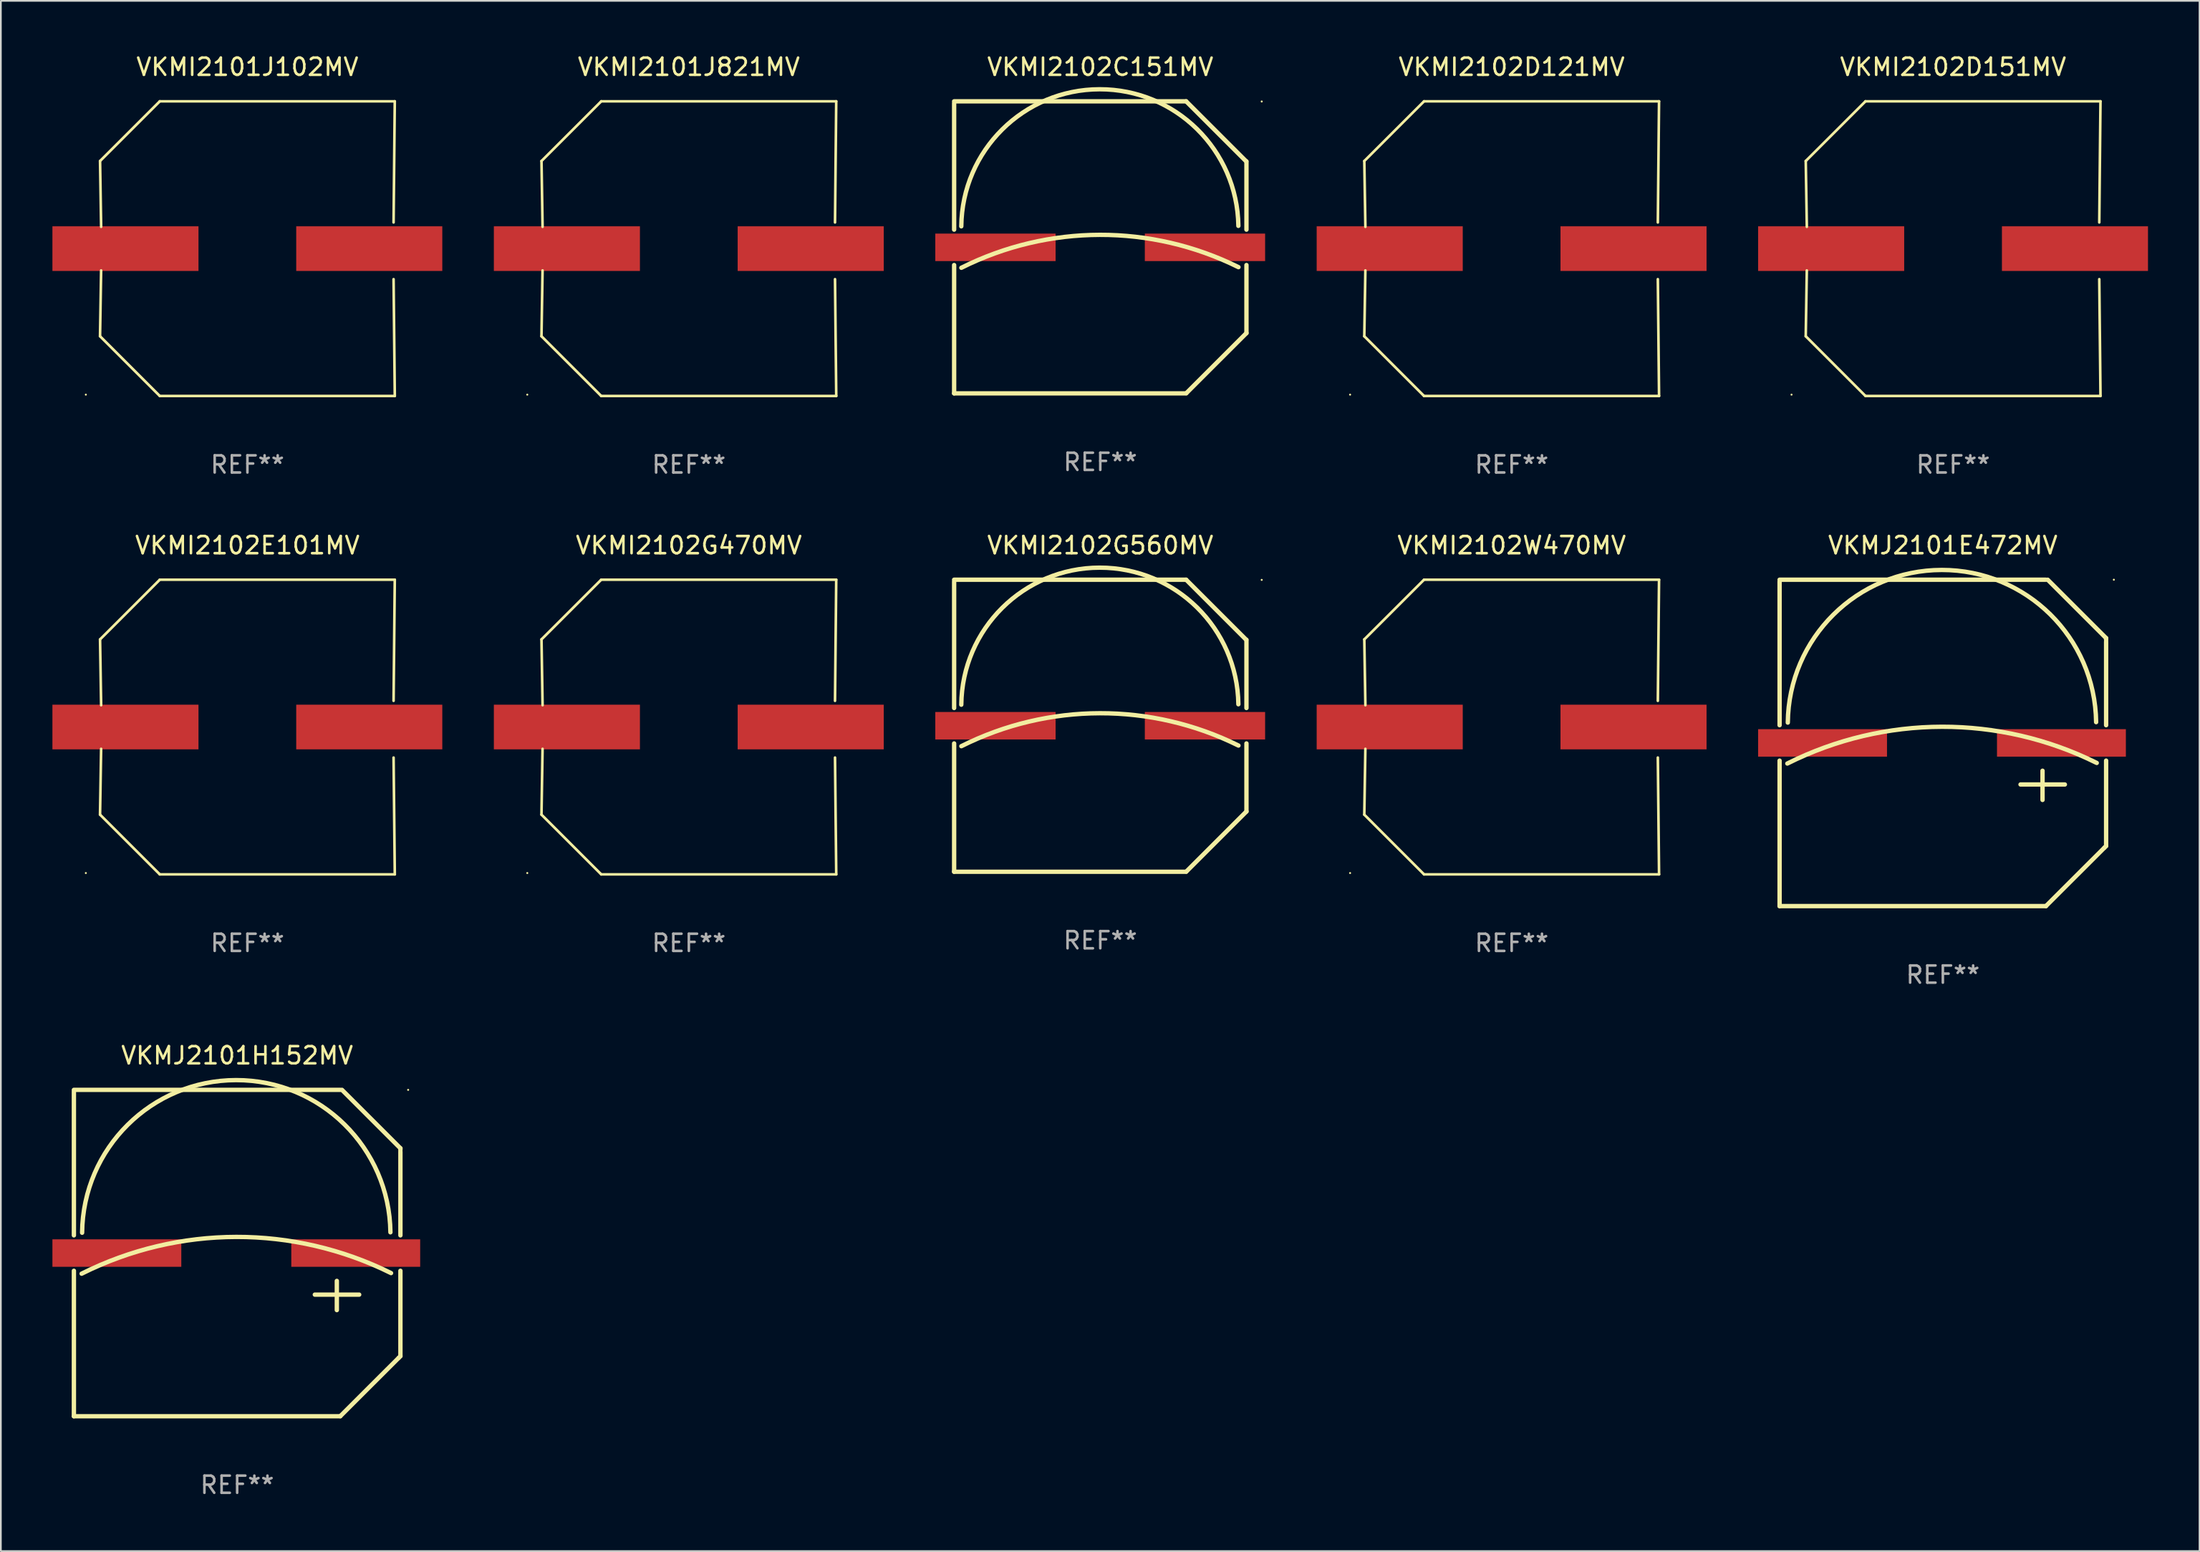
<source format=kicad_pcb>
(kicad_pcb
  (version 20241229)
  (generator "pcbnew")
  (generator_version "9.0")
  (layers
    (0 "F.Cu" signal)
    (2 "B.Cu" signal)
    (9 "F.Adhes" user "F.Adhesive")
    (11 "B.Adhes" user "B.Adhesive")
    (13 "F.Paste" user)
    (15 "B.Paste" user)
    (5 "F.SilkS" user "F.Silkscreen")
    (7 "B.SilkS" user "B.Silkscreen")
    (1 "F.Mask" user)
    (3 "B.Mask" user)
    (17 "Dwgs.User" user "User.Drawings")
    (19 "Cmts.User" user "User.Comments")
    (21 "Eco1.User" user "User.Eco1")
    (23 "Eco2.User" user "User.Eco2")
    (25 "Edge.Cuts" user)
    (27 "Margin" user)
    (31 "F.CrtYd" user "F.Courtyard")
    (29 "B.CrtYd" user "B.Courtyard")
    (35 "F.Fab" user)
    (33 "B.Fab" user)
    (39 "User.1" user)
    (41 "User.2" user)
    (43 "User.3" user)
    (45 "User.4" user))
  (footprint "VKMJ2101H152MV"
    (layer "F.Cu")
    (at 10.75 69.893)
    (property "Reference" "VKMJ2101H152MV" (at 0 -11.5 0) (layer "F.SilkS") (effects (font (size 1 1) (thickness 0.15))))
    (attr through_hole)
    (fp_line (start -9.5 -1.031) (end -9.5 -9.4) (stroke (width 0.254) (type solid)) (layer "F.SilkS"))
    (fp_line (start -9.5 9.5) (end -9.5 1.031) (stroke (width 0.254) (type solid)) (layer "F.SilkS"))
    (fp_line (start 4.52 2.42) (end 7.1 2.42) (stroke (width 0.254) (type solid)) (layer "F.SilkS"))
    (fp_line (start 5.8 1.62) (end 5.8 3.32) (stroke (width 0.254) (type solid)) (layer "F.SilkS"))
    (fp_line (start 6 -9.5) (end -9.5 -9.5) (stroke (width 0.254) (type solid)) (layer "F.SilkS"))
    (fp_line (start 6 9.5) (end -9.5 9.5) (stroke (width 0.254) (type solid)) (layer "F.SilkS"))
    (fp_line (start 9.401 6.099) (end 6 9.497) (stroke (width 0.254) (type solid)) (layer "F.SilkS"))
    (fp_line (start 9.5 -6.1) (end 6.1 -9.5) (stroke (width 0.254) (type solid)) (layer "F.SilkS"))
    (fp_line (start 9.5 -6) (end 9.5 -6.1) (stroke (width 0.254) (type solid)) (layer "F.SilkS"))
    (fp_line (start 9.5 -1.031) (end 9.5 -5.9) (stroke (width 0.254) (type solid)) (layer "F.SilkS"))
    (fp_line (start 9.5 6) (end 9.401 6.099) (stroke (width 0.254) (type solid)) (layer "F.SilkS"))
    (fp_line (start 9.5 6) (end 9.5 1.031) (stroke (width 0.254) (type solid)) (layer "F.SilkS"))
    (fp_arc (start -9.050038 1.2) (mid -0.051855 -0.93983) (end 8.954508 1.165304) (stroke (width 0.254001) (type solid)) (layer "F.SilkS"))
    (fp_arc (start -9.022149 -1.183134) (mid -0.064436 -10.074772) (end 8.918644 -1.208763) (stroke (width 0.254001) (type solid)) (layer "F.SilkS"))
    (fp_circle (center 9.95 -9.5) (end 9.98 -9.5) (stroke (width 0.06) (type solid)) (fill no) (layer "F.SilkS"))
    (fp_text user "REF**" (at 0 13.5 0) (layer "F.Fab") (effects (font (size 1 1) (thickness 0.15))))
    (pad "1" smd rect (at 6.9 0 270) (size 1.6 7.5) (layers "F.Cu" "F.Mask" "F.Paste"))
    (pad "2" smd rect (at -7 0 270) (size 1.6 7.5) (layers "F.Cu" "F.Mask" "F.Paste")))
  (footprint "VKMI2102W470MV"
    (layer "F.Cu")
    (at 84.913 39.272)
    (property "Reference" "VKMI2102W470MV" (at 0 -10.576 0) (layer "F.SilkS") (effects (font (size 1 1) (thickness 0.15))))
    (attr through_hole)
    (fp_line (start -8.576 5.099) (end -8.513 1.269) (stroke (width 0.152) (type solid)) (layer "F.SilkS"))
    (fp_line (start -8.575 -5.101) (end -8.512 -1.271) (stroke (width 0.152) (type solid)) (layer "F.SilkS"))
    (fp_line (start -5.1 -8.576) (end -8.575 -5.101) (stroke (width 0.152) (type solid)) (layer "F.SilkS"))
    (fp_line (start -5.1 8.576) (end -8.576 5.099) (stroke (width 0.152) (type solid)) (layer "F.SilkS"))
    (fp_line (start 8.505 -1.525) (end 8.575 -8.576) (stroke (width 0.152) (type solid)) (layer "F.SilkS"))
    (fp_line (start 8.505 1.777) (end 8.576 8.576) (stroke (width 0.152) (type solid)) (layer "F.SilkS"))
    (fp_line (start 8.575 -8.576) (end -5.1 -8.576) (stroke (width 0.152) (type solid)) (layer "F.SilkS"))
    (fp_line (start 8.576 8.576) (end -5.1 8.576) (stroke (width 0.152) (type solid)) (layer "F.SilkS"))
    (fp_circle (center -9.402 8.499) (end -9.372 8.499) (stroke (width 0.06) (type solid)) (fill no) (layer "F.SilkS"))
    (fp_text user "REF**" (at 0 12.576 0) (layer "F.Fab") (effects (font (size 1 1) (thickness 0.15))))
    (pad "1" smd rect (at -7.097 -0.001) (size 8.5 2.6) (layers "F.Cu" "F.Mask" "F.Paste"))
    (pad "2" smd rect (at 7.09 -0.001) (size 8.5 2.6) (layers "F.Cu" "F.Mask" "F.Paste")))
  (footprint "VKMI2101J821MV"
    (layer "F.Cu")
    (at 37.034 11.424)
    (property "Reference" "VKMI2101J821MV" (at 0 -10.576 0) (layer "F.SilkS") (effects (font (size 1 1) (thickness 0.15))))
    (attr through_hole)
    (fp_line (start -8.576 5.099) (end -8.513 1.269) (stroke (width 0.152) (type solid)) (layer "F.SilkS"))
    (fp_line (start -8.575 -5.101) (end -8.512 -1.271) (stroke (width 0.152) (type solid)) (layer "F.SilkS"))
    (fp_line (start -5.1 -8.576) (end -8.575 -5.101) (stroke (width 0.152) (type solid)) (layer "F.SilkS"))
    (fp_line (start -5.1 8.576) (end -8.576 5.099) (stroke (width 0.152) (type solid)) (layer "F.SilkS"))
    (fp_line (start 8.505 -1.525) (end 8.575 -8.576) (stroke (width 0.152) (type solid)) (layer "F.SilkS"))
    (fp_line (start 8.505 1.777) (end 8.576 8.576) (stroke (width 0.152) (type solid)) (layer "F.SilkS"))
    (fp_line (start 8.575 -8.576) (end -5.1 -8.576) (stroke (width 0.152) (type solid)) (layer "F.SilkS"))
    (fp_line (start 8.576 8.576) (end -5.1 8.576) (stroke (width 0.152) (type solid)) (layer "F.SilkS"))
    (fp_circle (center -9.402 8.499) (end -9.372 8.499) (stroke (width 0.06) (type solid)) (fill no) (layer "F.SilkS"))
    (fp_text user "REF**" (at 0 12.576 0) (layer "F.Fab") (effects (font (size 1 1) (thickness 0.15))))
    (pad "1" smd rect (at -7.097 -0.001) (size 8.5 2.6) (layers "F.Cu" "F.Mask" "F.Paste"))
    (pad "2" smd rect (at 7.09 -0.001) (size 8.5 2.6) (layers "F.Cu" "F.Mask" "F.Paste")))
  (footprint "VKMI2102D121MV"
    (layer "F.Cu")
    (at 84.913 11.424)
    (property "Reference" "VKMI2102D121MV" (at 0 -10.576 0) (layer "F.SilkS") (effects (font (size 1 1) (thickness 0.15))))
    (attr through_hole)
    (fp_line (start -8.576 5.099) (end -8.513 1.269) (stroke (width 0.152) (type solid)) (layer "F.SilkS"))
    (fp_line (start -8.575 -5.101) (end -8.512 -1.271) (stroke (width 0.152) (type solid)) (layer "F.SilkS"))
    (fp_line (start -5.1 -8.576) (end -8.575 -5.101) (stroke (width 0.152) (type solid)) (layer "F.SilkS"))
    (fp_line (start -5.1 8.576) (end -8.576 5.099) (stroke (width 0.152) (type solid)) (layer "F.SilkS"))
    (fp_line (start 8.505 -1.525) (end 8.575 -8.576) (stroke (width 0.152) (type solid)) (layer "F.SilkS"))
    (fp_line (start 8.505 1.777) (end 8.576 8.576) (stroke (width 0.152) (type solid)) (layer "F.SilkS"))
    (fp_line (start 8.575 -8.576) (end -5.1 -8.576) (stroke (width 0.152) (type solid)) (layer "F.SilkS"))
    (fp_line (start 8.576 8.576) (end -5.1 8.576) (stroke (width 0.152) (type solid)) (layer "F.SilkS"))
    (fp_circle (center -9.402 8.499) (end -9.372 8.499) (stroke (width 0.06) (type solid)) (fill no) (layer "F.SilkS"))
    (fp_text user "REF**" (at 0 12.576 0) (layer "F.Fab") (effects (font (size 1 1) (thickness 0.15))))
    (pad "1" smd rect (at -7.097 -0.001) (size 8.5 2.6) (layers "F.Cu" "F.Mask" "F.Paste"))
    (pad "2" smd rect (at 7.09 -0.001) (size 8.5 2.6) (layers "F.Cu" "F.Mask" "F.Paste")))
  (footprint "VKMI2102G470MV"
    (layer "F.Cu")
    (at 37.034 39.272)
    (property "Reference" "VKMI2102G470MV" (at 0 -10.576 0) (layer "F.SilkS") (effects (font (size 1 1) (thickness 0.15))))
    (attr through_hole)
    (fp_line (start -8.576 5.099) (end -8.513 1.269) (stroke (width 0.152) (type solid)) (layer "F.SilkS"))
    (fp_line (start -8.575 -5.101) (end -8.512 -1.271) (stroke (width 0.152) (type solid)) (layer "F.SilkS"))
    (fp_line (start -5.1 -8.576) (end -8.575 -5.101) (stroke (width 0.152) (type solid)) (layer "F.SilkS"))
    (fp_line (start -5.1 8.576) (end -8.576 5.099) (stroke (width 0.152) (type solid)) (layer "F.SilkS"))
    (fp_line (start 8.505 -1.525) (end 8.575 -8.576) (stroke (width 0.152) (type solid)) (layer "F.SilkS"))
    (fp_line (start 8.505 1.777) (end 8.576 8.576) (stroke (width 0.152) (type solid)) (layer "F.SilkS"))
    (fp_line (start 8.575 -8.576) (end -5.1 -8.576) (stroke (width 0.152) (type solid)) (layer "F.SilkS"))
    (fp_line (start 8.576 8.576) (end -5.1 8.576) (stroke (width 0.152) (type solid)) (layer "F.SilkS"))
    (fp_circle (center -9.402 8.499) (end -9.372 8.499) (stroke (width 0.06) (type solid)) (fill no) (layer "F.SilkS"))
    (fp_text user "REF**" (at 0 12.576 0) (layer "F.Fab") (effects (font (size 1 1) (thickness 0.15))))
    (pad "1" smd rect (at -7.097 -0.001) (size 8.5 2.6) (layers "F.Cu" "F.Mask" "F.Paste"))
    (pad "2" smd rect (at 7.09 -0.001) (size 8.5 2.6) (layers "F.Cu" "F.Mask" "F.Paste")))
  (footprint "VKMI2102D151MV"
    (layer "F.Cu")
    (at 110.6 11.424)
    (property "Reference" "VKMI2102D151MV" (at 0 -10.576 0) (layer "F.SilkS") (effects (font (size 1 1) (thickness 0.15))))
    (attr through_hole)
    (fp_line (start -8.576 5.099) (end -8.513 1.269) (stroke (width 0.152) (type solid)) (layer "F.SilkS"))
    (fp_line (start -8.575 -5.101) (end -8.512 -1.271) (stroke (width 0.152) (type solid)) (layer "F.SilkS"))
    (fp_line (start -5.1 -8.576) (end -8.575 -5.101) (stroke (width 0.152) (type solid)) (layer "F.SilkS"))
    (fp_line (start -5.1 8.576) (end -8.576 5.099) (stroke (width 0.152) (type solid)) (layer "F.SilkS"))
    (fp_line (start 8.505 -1.525) (end 8.575 -8.576) (stroke (width 0.152) (type solid)) (layer "F.SilkS"))
    (fp_line (start 8.505 1.777) (end 8.576 8.576) (stroke (width 0.152) (type solid)) (layer "F.SilkS"))
    (fp_line (start 8.575 -8.576) (end -5.1 -8.576) (stroke (width 0.152) (type solid)) (layer "F.SilkS"))
    (fp_line (start 8.576 8.576) (end -5.1 8.576) (stroke (width 0.152) (type solid)) (layer "F.SilkS"))
    (fp_circle (center -9.402 8.499) (end -9.372 8.499) (stroke (width 0.06) (type solid)) (fill no) (layer "F.SilkS"))
    (fp_text user "REF**" (at 0 12.576 0) (layer "F.Fab") (effects (font (size 1 1) (thickness 0.15))))
    (pad "1" smd rect (at -7.097 -0.001) (size 8.5 2.6) (layers "F.Cu" "F.Mask" "F.Paste"))
    (pad "2" smd rect (at 7.09 -0.001) (size 8.5 2.6) (layers "F.Cu" "F.Mask" "F.Paste")))
  (footprint "VKMJ2101E472MV"
    (layer "F.Cu")
    (at 110.003 40.196)
    (property "Reference" "VKMJ2101E472MV" (at 0 -11.5 0) (layer "F.SilkS") (effects (font (size 1 1) (thickness 0.15))))
    (attr through_hole)
    (fp_line (start -9.5 -1.031) (end -9.5 -9.4) (stroke (width 0.254) (type solid)) (layer "F.SilkS"))
    (fp_line (start -9.5 9.5) (end -9.5 1.031) (stroke (width 0.254) (type solid)) (layer "F.SilkS"))
    (fp_line (start 4.52 2.42) (end 7.1 2.42) (stroke (width 0.254) (type solid)) (layer "F.SilkS"))
    (fp_line (start 5.8 1.62) (end 5.8 3.32) (stroke (width 0.254) (type solid)) (layer "F.SilkS"))
    (fp_line (start 6 -9.5) (end -9.5 -9.5) (stroke (width 0.254) (type solid)) (layer "F.SilkS"))
    (fp_line (start 6 9.5) (end -9.5 9.5) (stroke (width 0.254) (type solid)) (layer "F.SilkS"))
    (fp_line (start 9.401 6.099) (end 6 9.497) (stroke (width 0.254) (type solid)) (layer "F.SilkS"))
    (fp_line (start 9.5 -6.1) (end 6.1 -9.5) (stroke (width 0.254) (type solid)) (layer "F.SilkS"))
    (fp_line (start 9.5 -6) (end 9.5 -6.1) (stroke (width 0.254) (type solid)) (layer "F.SilkS"))
    (fp_line (start 9.5 -1.031) (end 9.5 -5.9) (stroke (width 0.254) (type solid)) (layer "F.SilkS"))
    (fp_line (start 9.5 6) (end 9.401 6.099) (stroke (width 0.254) (type solid)) (layer "F.SilkS"))
    (fp_line (start 9.5 6) (end 9.5 1.031) (stroke (width 0.254) (type solid)) (layer "F.SilkS"))
    (fp_arc (start -9.050038 1.2) (mid -0.051855 -0.93983) (end 8.954508 1.165304) (stroke (width 0.254001) (type solid)) (layer "F.SilkS"))
    (fp_arc (start -9.022149 -1.183134) (mid -0.064436 -10.074772) (end 8.918644 -1.208763) (stroke (width 0.254001) (type solid)) (layer "F.SilkS"))
    (fp_circle (center 9.95 -9.5) (end 9.98 -9.5) (stroke (width 0.06) (type solid)) (fill no) (layer "F.SilkS"))
    (fp_text user "REF**" (at 0 13.5 0) (layer "F.Fab") (effects (font (size 1 1) (thickness 0.15))))
    (pad "1" smd rect (at 6.9 0 270) (size 1.6 7.5) (layers "F.Cu" "F.Mask" "F.Paste"))
    (pad "2" smd rect (at -7 0 270) (size 1.6 7.5) (layers "F.Cu" "F.Mask" "F.Paste")))
  (footprint "VKMI2102G560MV"
    (layer "F.Cu")
    (at 60.975 39.196)
    (property "Reference" "VKMI2102G560MV" (at 0 -10.5 0) (layer "F.SilkS") (effects (font (size 1 1) (thickness 0.15))))
    (attr through_hole)
    (fp_line (start -8.505 -1.031) (end -8.505 -8.39) (stroke (width 0.254) (type solid)) (layer "F.SilkS"))
    (fp_line (start -8.505 8.5) (end -8.505 1.031) (stroke (width 0.254) (type solid)) (layer "F.SilkS"))
    (fp_line (start -8.505 8.5) (end 4.995 8.5) (stroke (width 0.254) (type solid)) (layer "F.SilkS"))
    (fp_line (start 4.995 -8.5) (end -8.505 -8.5) (stroke (width 0.254) (type solid)) (layer "F.SilkS"))
    (fp_line (start 8.495 -5) (end 4.996 -8.499) (stroke (width 0.254) (type solid)) (layer "F.SilkS"))
    (fp_line (start 8.505 -1.031) (end 8.505 -5) (stroke (width 0.254) (type solid)) (layer "F.SilkS"))
    (fp_line (start 8.505 4.99) (end 5.006 8.489) (stroke (width 0.254) (type solid)) (layer "F.SilkS"))
    (fp_line (start 8.505 4.99) (end 8.505 1.031) (stroke (width 0.254) (type solid)) (layer "F.SilkS"))
    (fp_arc (start -8.088785 -1.223851) (mid -0.039808 -9.201014) (end 8.035014 -1.250013) (stroke (width 0.254001) (type solid)) (layer "F.SilkS"))
    (fp_arc (start -8.085001 1.189992) (mid -0.026494 -0.727673) (end 8.040653 1.153314) (stroke (width 0.254001) (type solid)) (layer "F.SilkS"))
    (fp_circle (center 9.393 -8.49) (end 9.423 -8.49) (stroke (width 0.06) (type solid)) (fill no) (layer "F.SilkS"))
    (fp_text user "REF**" (at 0 12.5 0) (layer "F.Fab") (effects (font (size 1 1) (thickness 0.15))))
    (pad "1" smd rect (at 6.091 0 270) (size 1.6 7) (layers "F.Cu" "F.Mask" "F.Paste"))
    (pad "2" smd rect (at -6.101 0 270) (size 1.6 7) (layers "F.Cu" "F.Mask" "F.Paste")))
  (footprint "VKMI2102C151MV"
    (layer "F.Cu")
    (at 60.975 11.348)
    (property "Reference" "VKMI2102C151MV" (at 0 -10.5 0) (layer "F.SilkS") (effects (font (size 1 1) (thickness 0.15))))
    (attr through_hole)
    (fp_line (start -8.505 -1.031) (end -8.505 -8.39) (stroke (width 0.254) (type solid)) (layer "F.SilkS"))
    (fp_line (start -8.505 8.5) (end -8.505 1.031) (stroke (width 0.254) (type solid)) (layer "F.SilkS"))
    (fp_line (start -8.505 8.5) (end 4.995 8.5) (stroke (width 0.254) (type solid)) (layer "F.SilkS"))
    (fp_line (start 4.995 -8.5) (end -8.505 -8.5) (stroke (width 0.254) (type solid)) (layer "F.SilkS"))
    (fp_line (start 8.495 -5) (end 4.996 -8.499) (stroke (width 0.254) (type solid)) (layer "F.SilkS"))
    (fp_line (start 8.505 -1.031) (end 8.505 -5) (stroke (width 0.254) (type solid)) (layer "F.SilkS"))
    (fp_line (start 8.505 4.99) (end 5.006 8.489) (stroke (width 0.254) (type solid)) (layer "F.SilkS"))
    (fp_line (start 8.505 4.99) (end 8.505 1.031) (stroke (width 0.254) (type solid)) (layer "F.SilkS"))
    (fp_arc (start -8.088785 -1.223851) (mid -0.039808 -9.201014) (end 8.035014 -1.250013) (stroke (width 0.254001) (type solid)) (layer "F.SilkS"))
    (fp_arc (start -8.085001 1.189992) (mid -0.026494 -0.727673) (end 8.040653 1.153314) (stroke (width 0.254001) (type solid)) (layer "F.SilkS"))
    (fp_circle (center 9.393 -8.49) (end 9.423 -8.49) (stroke (width 0.06) (type solid)) (fill no) (layer "F.SilkS"))
    (fp_text user "REF**" (at 0 12.5 0) (layer "F.Fab") (effects (font (size 1 1) (thickness 0.15))))
    (pad "1" smd rect (at 6.091 0 270) (size 1.6 7) (layers "F.Cu" "F.Mask" "F.Paste"))
    (pad "2" smd rect (at -6.101 0 270) (size 1.6 7) (layers "F.Cu" "F.Mask" "F.Paste")))
  (footprint "VKMI2102E101MV"
    (layer "F.Cu")
    (at 11.347 39.272)
    (property "Reference" "VKMI2102E101MV" (at 0 -10.576 0) (layer "F.SilkS") (effects (font (size 1 1) (thickness 0.15))))
    (attr through_hole)
    (fp_line (start -8.576 5.099) (end -8.513 1.269) (stroke (width 0.152) (type solid)) (layer "F.SilkS"))
    (fp_line (start -8.575 -5.101) (end -8.512 -1.271) (stroke (width 0.152) (type solid)) (layer "F.SilkS"))
    (fp_line (start -5.1 -8.576) (end -8.575 -5.101) (stroke (width 0.152) (type solid)) (layer "F.SilkS"))
    (fp_line (start -5.1 8.576) (end -8.576 5.099) (stroke (width 0.152) (type solid)) (layer "F.SilkS"))
    (fp_line (start 8.505 -1.525) (end 8.575 -8.576) (stroke (width 0.152) (type solid)) (layer "F.SilkS"))
    (fp_line (start 8.505 1.777) (end 8.576 8.576) (stroke (width 0.152) (type solid)) (layer "F.SilkS"))
    (fp_line (start 8.575 -8.576) (end -5.1 -8.576) (stroke (width 0.152) (type solid)) (layer "F.SilkS"))
    (fp_line (start 8.576 8.576) (end -5.1 8.576) (stroke (width 0.152) (type solid)) (layer "F.SilkS"))
    (fp_circle (center -9.402 8.499) (end -9.372 8.499) (stroke (width 0.06) (type solid)) (fill no) (layer "F.SilkS"))
    (fp_text user "REF**" (at 0 12.576 0) (layer "F.Fab") (effects (font (size 1 1) (thickness 0.15))))
    (pad "1" smd rect (at -7.097 -0.001) (size 8.5 2.6) (layers "F.Cu" "F.Mask" "F.Paste"))
    (pad "2" smd rect (at 7.09 -0.001) (size 8.5 2.6) (layers "F.Cu" "F.Mask" "F.Paste")))
  (footprint "VKMI2101J102MV"
    (layer "F.Cu")
    (at 11.347 11.424)
    (property "Reference" "VKMI2101J102MV" (at 0 -10.576 0) (layer "F.SilkS") (effects (font (size 1 1) (thickness 0.15))))
    (attr through_hole)
    (fp_line (start -8.576 5.099) (end -8.513 1.269) (stroke (width 0.152) (type solid)) (layer "F.SilkS"))
    (fp_line (start -8.575 -5.101) (end -8.512 -1.271) (stroke (width 0.152) (type solid)) (layer "F.SilkS"))
    (fp_line (start -5.1 -8.576) (end -8.575 -5.101) (stroke (width 0.152) (type solid)) (layer "F.SilkS"))
    (fp_line (start -5.1 8.576) (end -8.576 5.099) (stroke (width 0.152) (type solid)) (layer "F.SilkS"))
    (fp_line (start 8.505 -1.525) (end 8.575 -8.576) (stroke (width 0.152) (type solid)) (layer "F.SilkS"))
    (fp_line (start 8.505 1.777) (end 8.576 8.576) (stroke (width 0.152) (type solid)) (layer "F.SilkS"))
    (fp_line (start 8.575 -8.576) (end -5.1 -8.576) (stroke (width 0.152) (type solid)) (layer "F.SilkS"))
    (fp_line (start 8.576 8.576) (end -5.1 8.576) (stroke (width 0.152) (type solid)) (layer "F.SilkS"))
    (fp_circle (center -9.402 8.499) (end -9.372 8.499) (stroke (width 0.06) (type solid)) (fill no) (layer "F.SilkS"))
    (fp_text user "REF**" (at 0 12.576 0) (layer "F.Fab") (effects (font (size 1 1) (thickness 0.15))))
    (pad "1" smd rect (at -7.097 -0.001) (size 8.5 2.6) (layers "F.Cu" "F.Mask" "F.Paste"))
    (pad "2" smd rect (at 7.09 -0.001) (size 8.5 2.6) (layers "F.Cu" "F.Mask" "F.Paste")))
  (gr_rect
    (start -3 -3)
    (end 124.939 87.241)
    (stroke (width 0.1) (type default))
    (fill no)
    (layer "Edge.Cuts")))
</source>
